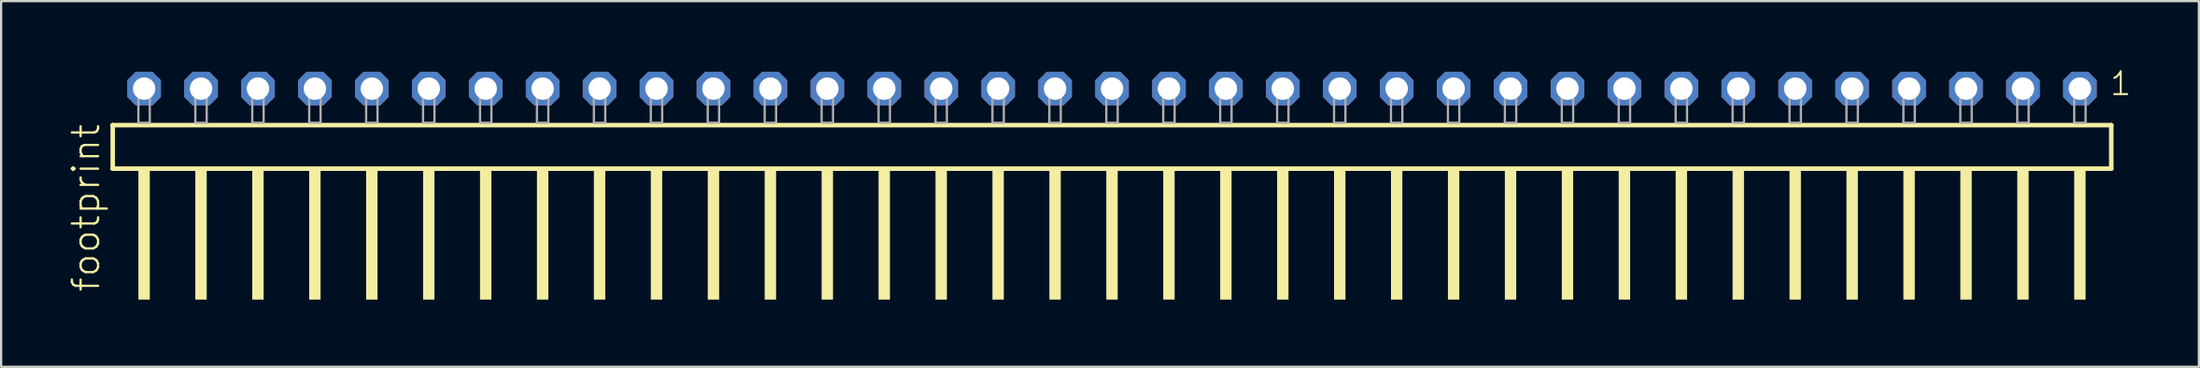
<source format=kicad_pcb>
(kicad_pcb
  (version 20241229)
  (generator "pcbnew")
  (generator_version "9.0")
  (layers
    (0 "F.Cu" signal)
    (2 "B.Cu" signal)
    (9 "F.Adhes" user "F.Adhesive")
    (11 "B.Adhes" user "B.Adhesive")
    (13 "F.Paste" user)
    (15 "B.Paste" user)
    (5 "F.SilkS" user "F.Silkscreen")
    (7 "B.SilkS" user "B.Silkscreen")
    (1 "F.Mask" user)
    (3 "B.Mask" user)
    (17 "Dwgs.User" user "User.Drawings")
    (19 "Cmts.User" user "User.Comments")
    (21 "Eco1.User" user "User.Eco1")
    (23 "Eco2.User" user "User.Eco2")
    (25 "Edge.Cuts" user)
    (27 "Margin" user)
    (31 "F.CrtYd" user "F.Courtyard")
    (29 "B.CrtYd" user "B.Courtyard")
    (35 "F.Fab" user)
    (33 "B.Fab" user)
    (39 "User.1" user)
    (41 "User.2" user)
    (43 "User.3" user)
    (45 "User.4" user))
  (footprint "footprint"
    (layer "F.Cu")
    (at 46.558 2.428)
    (property "Reference" "footprint" (at -45.085 7.62 90) (layer "F.SilkS") (effects (font (size 1.168 1.168) (thickness 0.102)) (justify left bottom)))
    (fp_line (start -44.579 0.106) (end -44.579 2.046) (stroke (width 0.203) (type solid)) (layer "F.SilkS"))
    (fp_line (start -44.579 2.046) (end 44.579 2.046) (stroke (width 0.203) (type solid)) (layer "F.SilkS"))
    (fp_line (start 44.579 0.106) (end -44.579 0.106) (stroke (width 0.203) (type solid)) (layer "F.SilkS"))
    (fp_line (start 44.579 2.046) (end 44.579 0.106) (stroke (width 0.203) (type solid)) (layer "F.SilkS"))
    (fp_poly (pts (xy -43.434 7.89) (xy -42.926 7.89) (xy -42.926 2.04) (xy -43.434 2.04)) (stroke (width 0) (type solid)) (fill yes) (layer "F.SilkS"))
    (fp_poly (pts (xy -40.894 7.89) (xy -40.386 7.89) (xy -40.386 2.04) (xy -40.894 2.04)) (stroke (width 0) (type solid)) (fill yes) (layer "F.SilkS"))
    (fp_poly (pts (xy -38.354 7.89) (xy -37.846 7.89) (xy -37.846 2.04) (xy -38.354 2.04)) (stroke (width 0) (type solid)) (fill yes) (layer "F.SilkS"))
    (fp_poly (pts (xy -35.814 7.89) (xy -35.306 7.89) (xy -35.306 2.04) (xy -35.814 2.04)) (stroke (width 0) (type solid)) (fill yes) (layer "F.SilkS"))
    (fp_poly (pts (xy -33.274 7.89) (xy -32.766 7.89) (xy -32.766 2.04) (xy -33.274 2.04)) (stroke (width 0) (type solid)) (fill yes) (layer "F.SilkS"))
    (fp_poly (pts (xy -30.734 7.89) (xy -30.226 7.89) (xy -30.226 2.04) (xy -30.734 2.04)) (stroke (width 0) (type solid)) (fill yes) (layer "F.SilkS"))
    (fp_poly (pts (xy -28.194 7.89) (xy -27.686 7.89) (xy -27.686 2.04) (xy -28.194 2.04)) (stroke (width 0) (type solid)) (fill yes) (layer "F.SilkS"))
    (fp_poly (pts (xy -25.654 7.89) (xy -25.146 7.89) (xy -25.146 2.04) (xy -25.654 2.04)) (stroke (width 0) (type solid)) (fill yes) (layer "F.SilkS"))
    (fp_poly (pts (xy -23.114 7.89) (xy -22.606 7.89) (xy -22.606 2.04) (xy -23.114 2.04)) (stroke (width 0) (type solid)) (fill yes) (layer "F.SilkS"))
    (fp_poly (pts (xy -20.574 7.89) (xy -20.066 7.89) (xy -20.066 2.04) (xy -20.574 2.04)) (stroke (width 0) (type solid)) (fill yes) (layer "F.SilkS"))
    (fp_poly (pts (xy -18.034 7.89) (xy -17.526 7.89) (xy -17.526 2.04) (xy -18.034 2.04)) (stroke (width 0) (type solid)) (fill yes) (layer "F.SilkS"))
    (fp_poly (pts (xy -15.494 7.89) (xy -14.986 7.89) (xy -14.986 2.04) (xy -15.494 2.04)) (stroke (width 0) (type solid)) (fill yes) (layer "F.SilkS"))
    (fp_poly (pts (xy -12.954 7.89) (xy -12.446 7.89) (xy -12.446 2.04) (xy -12.954 2.04)) (stroke (width 0) (type solid)) (fill yes) (layer "F.SilkS"))
    (fp_poly (pts (xy -10.414 7.89) (xy -9.906 7.89) (xy -9.906 2.04) (xy -10.414 2.04)) (stroke (width 0) (type solid)) (fill yes) (layer "F.SilkS"))
    (fp_poly (pts (xy -7.874 7.89) (xy -7.366 7.89) (xy -7.366 2.04) (xy -7.874 2.04)) (stroke (width 0) (type solid)) (fill yes) (layer "F.SilkS"))
    (fp_poly (pts (xy -5.334 7.89) (xy -4.826 7.89) (xy -4.826 2.04) (xy -5.334 2.04)) (stroke (width 0) (type solid)) (fill yes) (layer "F.SilkS"))
    (fp_poly (pts (xy -2.794 7.89) (xy -2.286 7.89) (xy -2.286 2.04) (xy -2.794 2.04)) (stroke (width 0) (type solid)) (fill yes) (layer "F.SilkS"))
    (fp_poly (pts (xy -0.254 7.89) (xy 0.254 7.89) (xy 0.254 2.04) (xy -0.254 2.04)) (stroke (width 0) (type solid)) (fill yes) (layer "F.SilkS"))
    (fp_poly (pts (xy 2.286 7.89) (xy 2.794 7.89) (xy 2.794 2.04) (xy 2.286 2.04)) (stroke (width 0) (type solid)) (fill yes) (layer "F.SilkS"))
    (fp_poly (pts (xy 4.826 7.89) (xy 5.334 7.89) (xy 5.334 2.04) (xy 4.826 2.04)) (stroke (width 0) (type solid)) (fill yes) (layer "F.SilkS"))
    (fp_poly (pts (xy 7.366 7.89) (xy 7.874 7.89) (xy 7.874 2.04) (xy 7.366 2.04)) (stroke (width 0) (type solid)) (fill yes) (layer "F.SilkS"))
    (fp_poly (pts (xy 9.906 7.89) (xy 10.414 7.89) (xy 10.414 2.04) (xy 9.906 2.04)) (stroke (width 0) (type solid)) (fill yes) (layer "F.SilkS"))
    (fp_poly (pts (xy 12.446 7.89) (xy 12.954 7.89) (xy 12.954 2.04) (xy 12.446 2.04)) (stroke (width 0) (type solid)) (fill yes) (layer "F.SilkS"))
    (fp_poly (pts (xy 14.986 7.89) (xy 15.494 7.89) (xy 15.494 2.04) (xy 14.986 2.04)) (stroke (width 0) (type solid)) (fill yes) (layer "F.SilkS"))
    (fp_poly (pts (xy 17.526 7.89) (xy 18.034 7.89) (xy 18.034 2.04) (xy 17.526 2.04)) (stroke (width 0) (type solid)) (fill yes) (layer "F.SilkS"))
    (fp_poly (pts (xy 20.066 7.89) (xy 20.574 7.89) (xy 20.574 2.04) (xy 20.066 2.04)) (stroke (width 0) (type solid)) (fill yes) (layer "F.SilkS"))
    (fp_poly (pts (xy 22.606 7.89) (xy 23.114 7.89) (xy 23.114 2.04) (xy 22.606 2.04)) (stroke (width 0) (type solid)) (fill yes) (layer "F.SilkS"))
    (fp_poly (pts (xy 25.146 7.89) (xy 25.654 7.89) (xy 25.654 2.04) (xy 25.146 2.04)) (stroke (width 0) (type solid)) (fill yes) (layer "F.SilkS"))
    (fp_poly (pts (xy 27.686 7.89) (xy 28.194 7.89) (xy 28.194 2.04) (xy 27.686 2.04)) (stroke (width 0) (type solid)) (fill yes) (layer "F.SilkS"))
    (fp_poly (pts (xy 30.226 7.89) (xy 30.734 7.89) (xy 30.734 2.04) (xy 30.226 2.04)) (stroke (width 0) (type solid)) (fill yes) (layer "F.SilkS"))
    (fp_poly (pts (xy 32.766 7.89) (xy 33.274 7.89) (xy 33.274 2.04) (xy 32.766 2.04)) (stroke (width 0) (type solid)) (fill yes) (layer "F.SilkS"))
    (fp_poly (pts (xy 35.306 7.89) (xy 35.814 7.89) (xy 35.814 2.04) (xy 35.306 2.04)) (stroke (width 0) (type solid)) (fill yes) (layer "F.SilkS"))
    (fp_poly (pts (xy 37.846 7.89) (xy 38.354 7.89) (xy 38.354 2.04) (xy 37.846 2.04)) (stroke (width 0) (type solid)) (fill yes) (layer "F.SilkS"))
    (fp_poly (pts (xy 40.386 7.89) (xy 40.894 7.89) (xy 40.894 2.04) (xy 40.386 2.04)) (stroke (width 0) (type solid)) (fill yes) (layer "F.SilkS"))
    (fp_poly (pts (xy 42.926 7.89) (xy 43.434 7.89) (xy 43.434 2.04) (xy 42.926 2.04)) (stroke (width 0) (type solid)) (fill yes) (layer "F.SilkS"))
    (fp_poly (pts (xy -43.434 0) (xy -42.926 0) (xy -42.926 -1.778) (xy -43.434 -1.778)) (stroke (width 0.1) (type solid)) (fill no) (layer "F.Fab"))
    (fp_poly (pts (xy -40.894 0) (xy -40.386 0) (xy -40.386 -1.778) (xy -40.894 -1.778)) (stroke (width 0.1) (type solid)) (fill no) (layer "F.Fab"))
    (fp_poly (pts (xy -38.354 0) (xy -37.846 0) (xy -37.846 -1.778) (xy -38.354 -1.778)) (stroke (width 0.1) (type solid)) (fill no) (layer "F.Fab"))
    (fp_poly (pts (xy -35.814 0) (xy -35.306 0) (xy -35.306 -1.778) (xy -35.814 -1.778)) (stroke (width 0.1) (type solid)) (fill no) (layer "F.Fab"))
    (fp_poly (pts (xy -33.274 0) (xy -32.766 0) (xy -32.766 -1.778) (xy -33.274 -1.778)) (stroke (width 0.1) (type solid)) (fill no) (layer "F.Fab"))
    (fp_poly (pts (xy -30.734 0) (xy -30.226 0) (xy -30.226 -1.778) (xy -30.734 -1.778)) (stroke (width 0.1) (type solid)) (fill no) (layer "F.Fab"))
    (fp_poly (pts (xy -28.194 0) (xy -27.686 0) (xy -27.686 -1.778) (xy -28.194 -1.778)) (stroke (width 0.1) (type solid)) (fill no) (layer "F.Fab"))
    (fp_poly (pts (xy -25.654 0) (xy -25.146 0) (xy -25.146 -1.778) (xy -25.654 -1.778)) (stroke (width 0.1) (type solid)) (fill no) (layer "F.Fab"))
    (fp_poly (pts (xy -23.114 0) (xy -22.606 0) (xy -22.606 -1.778) (xy -23.114 -1.778)) (stroke (width 0.1) (type solid)) (fill no) (layer "F.Fab"))
    (fp_poly (pts (xy -20.574 0) (xy -20.066 0) (xy -20.066 -1.778) (xy -20.574 -1.778)) (stroke (width 0.1) (type solid)) (fill no) (layer "F.Fab"))
    (fp_poly (pts (xy -18.034 0) (xy -17.526 0) (xy -17.526 -1.778) (xy -18.034 -1.778)) (stroke (width 0.1) (type solid)) (fill no) (layer "F.Fab"))
    (fp_poly (pts (xy -15.494 0) (xy -14.986 0) (xy -14.986 -1.778) (xy -15.494 -1.778)) (stroke (width 0.1) (type solid)) (fill no) (layer "F.Fab"))
    (fp_poly (pts (xy -12.954 0) (xy -12.446 0) (xy -12.446 -1.778) (xy -12.954 -1.778)) (stroke (width 0.1) (type solid)) (fill no) (layer "F.Fab"))
    (fp_poly (pts (xy -10.414 0) (xy -9.906 0) (xy -9.906 -1.778) (xy -10.414 -1.778)) (stroke (width 0.1) (type solid)) (fill no) (layer "F.Fab"))
    (fp_poly (pts (xy -7.874 0) (xy -7.366 0) (xy -7.366 -1.778) (xy -7.874 -1.778)) (stroke (width 0.1) (type solid)) (fill no) (layer "F.Fab"))
    (fp_poly (pts (xy -5.334 0) (xy -4.826 0) (xy -4.826 -1.778) (xy -5.334 -1.778)) (stroke (width 0.1) (type solid)) (fill no) (layer "F.Fab"))
    (fp_poly (pts (xy -2.794 0) (xy -2.286 0) (xy -2.286 -1.778) (xy -2.794 -1.778)) (stroke (width 0.1) (type solid)) (fill no) (layer "F.Fab"))
    (fp_poly (pts (xy -0.254 0) (xy 0.254 0) (xy 0.254 -1.778) (xy -0.254 -1.778)) (stroke (width 0.1) (type solid)) (fill no) (layer "F.Fab"))
    (fp_poly (pts (xy 2.286 0) (xy 2.794 0) (xy 2.794 -1.778) (xy 2.286 -1.778)) (stroke (width 0.1) (type solid)) (fill no) (layer "F.Fab"))
    (fp_poly (pts (xy 4.826 0) (xy 5.334 0) (xy 5.334 -1.778) (xy 4.826 -1.778)) (stroke (width 0.1) (type solid)) (fill no) (layer "F.Fab"))
    (fp_poly (pts (xy 7.366 0) (xy 7.874 0) (xy 7.874 -1.778) (xy 7.366 -1.778)) (stroke (width 0.1) (type solid)) (fill no) (layer "F.Fab"))
    (fp_poly (pts (xy 9.906 0) (xy 10.414 0) (xy 10.414 -1.778) (xy 9.906 -1.778)) (stroke (width 0.1) (type solid)) (fill no) (layer "F.Fab"))
    (fp_poly (pts (xy 12.446 0) (xy 12.954 0) (xy 12.954 -1.778) (xy 12.446 -1.778)) (stroke (width 0.1) (type solid)) (fill no) (layer "F.Fab"))
    (fp_poly (pts (xy 14.986 0) (xy 15.494 0) (xy 15.494 -1.778) (xy 14.986 -1.778)) (stroke (width 0.1) (type solid)) (fill no) (layer "F.Fab"))
    (fp_poly (pts (xy 17.526 0) (xy 18.034 0) (xy 18.034 -1.778) (xy 17.526 -1.778)) (stroke (width 0.1) (type solid)) (fill no) (layer "F.Fab"))
    (fp_poly (pts (xy 20.066 0) (xy 20.574 0) (xy 20.574 -1.778) (xy 20.066 -1.778)) (stroke (width 0.1) (type solid)) (fill no) (layer "F.Fab"))
    (fp_poly (pts (xy 22.606 0) (xy 23.114 0) (xy 23.114 -1.778) (xy 22.606 -1.778)) (stroke (width 0.1) (type solid)) (fill no) (layer "F.Fab"))
    (fp_poly (pts (xy 25.146 0) (xy 25.654 0) (xy 25.654 -1.778) (xy 25.146 -1.778)) (stroke (width 0.1) (type solid)) (fill no) (layer "F.Fab"))
    (fp_poly (pts (xy 27.686 0) (xy 28.194 0) (xy 28.194 -1.778) (xy 27.686 -1.778)) (stroke (width 0.1) (type solid)) (fill no) (layer "F.Fab"))
    (fp_poly (pts (xy 30.226 0) (xy 30.734 0) (xy 30.734 -1.778) (xy 30.226 -1.778)) (stroke (width 0.1) (type solid)) (fill no) (layer "F.Fab"))
    (fp_poly (pts (xy 32.766 0) (xy 33.274 0) (xy 33.274 -1.778) (xy 32.766 -1.778)) (stroke (width 0.1) (type solid)) (fill no) (layer "F.Fab"))
    (fp_poly (pts (xy 35.306 0) (xy 35.814 0) (xy 35.814 -1.778) (xy 35.306 -1.778)) (stroke (width 0.1) (type solid)) (fill no) (layer "F.Fab"))
    (fp_poly (pts (xy 37.846 0) (xy 38.354 0) (xy 38.354 -1.778) (xy 37.846 -1.778)) (stroke (width 0.1) (type solid)) (fill no) (layer "F.Fab"))
    (fp_poly (pts (xy 40.386 0) (xy 40.894 0) (xy 40.894 -1.778) (xy 40.386 -1.778)) (stroke (width 0.1) (type solid)) (fill no) (layer "F.Fab"))
    (fp_poly (pts (xy 42.926 0) (xy 43.434 0) (xy 43.434 -1.778) (xy 42.926 -1.778)) (stroke (width 0.1) (type solid)) (fill no) (layer "F.Fab"))
    (fp_text user "1" (at 44.462 -1.152 0) (layer "F.SilkS") (effects (font (size 1.012 1.012) (thickness 0.088)) (justify left bottom)))
    (pad "1" thru_hole roundrect (at 43.18 -1.524 180) (size 1.5 1.5) (drill 1) (layers "*.Cu" "*.Mask") (roundrect_rratio 0.25) (chamfer_ratio 0.25) (chamfer top_left top_right bottom_left bottom_right))
    (pad "2" thru_hole roundrect (at 40.64 -1.524 180) (size 1.5 1.5) (drill 1) (layers "*.Cu" "*.Mask") (roundrect_rratio 0.25) (chamfer_ratio 0.25) (chamfer top_left top_right bottom_left bottom_right))
    (pad "3" thru_hole roundrect (at 38.1 -1.524 180) (size 1.5 1.5) (drill 1) (layers "*.Cu" "*.Mask") (roundrect_rratio 0.25) (chamfer_ratio 0.25) (chamfer top_left top_right bottom_left bottom_right))
    (pad "4" thru_hole roundrect (at 35.56 -1.524 180) (size 1.5 1.5) (drill 1) (layers "*.Cu" "*.Mask") (roundrect_rratio 0.25) (chamfer_ratio 0.25) (chamfer top_left top_right bottom_left bottom_right))
    (pad "5" thru_hole roundrect (at 33.02 -1.524 180) (size 1.5 1.5) (drill 1) (layers "*.Cu" "*.Mask") (roundrect_rratio 0.25) (chamfer_ratio 0.25) (chamfer top_left top_right bottom_left bottom_right))
    (pad "6" thru_hole roundrect (at 30.48 -1.524 180) (size 1.5 1.5) (drill 1) (layers "*.Cu" "*.Mask") (roundrect_rratio 0.25) (chamfer_ratio 0.25) (chamfer top_left top_right bottom_left bottom_right))
    (pad "7" thru_hole roundrect (at 27.94 -1.524 180) (size 1.5 1.5) (drill 1) (layers "*.Cu" "*.Mask") (roundrect_rratio 0.25) (chamfer_ratio 0.25) (chamfer top_left top_right bottom_left bottom_right))
    (pad "8" thru_hole roundrect (at 25.4 -1.524 180) (size 1.5 1.5) (drill 1) (layers "*.Cu" "*.Mask") (roundrect_rratio 0.25) (chamfer_ratio 0.25) (chamfer top_left top_right bottom_left bottom_right))
    (pad "9" thru_hole roundrect (at 22.86 -1.524 180) (size 1.5 1.5) (drill 1) (layers "*.Cu" "*.Mask") (roundrect_rratio 0.25) (chamfer_ratio 0.25) (chamfer top_left top_right bottom_left bottom_right))
    (pad "10" thru_hole roundrect (at 20.32 -1.524 180) (size 1.5 1.5) (drill 1) (layers "*.Cu" "*.Mask") (roundrect_rratio 0.25) (chamfer_ratio 0.25) (chamfer top_left top_right bottom_left bottom_right))
    (pad "11" thru_hole roundrect (at 17.78 -1.524 180) (size 1.5 1.5) (drill 1) (layers "*.Cu" "*.Mask") (roundrect_rratio 0.25) (chamfer_ratio 0.25) (chamfer top_left top_right bottom_left bottom_right))
    (pad "12" thru_hole roundrect (at 15.24 -1.524 180) (size 1.5 1.5) (drill 1) (layers "*.Cu" "*.Mask") (roundrect_rratio 0.25) (chamfer_ratio 0.25) (chamfer top_left top_right bottom_left bottom_right))
    (pad "13" thru_hole roundrect (at 12.7 -1.524 180) (size 1.5 1.5) (drill 1) (layers "*.Cu" "*.Mask") (roundrect_rratio 0.25) (chamfer_ratio 0.25) (chamfer top_left top_right bottom_left bottom_right))
    (pad "14" thru_hole roundrect (at 10.16 -1.524 180) (size 1.5 1.5) (drill 1) (layers "*.Cu" "*.Mask") (roundrect_rratio 0.25) (chamfer_ratio 0.25) (chamfer top_left top_right bottom_left bottom_right))
    (pad "15" thru_hole roundrect (at 7.62 -1.524 180) (size 1.5 1.5) (drill 1) (layers "*.Cu" "*.Mask") (roundrect_rratio 0.25) (chamfer_ratio 0.25) (chamfer top_left top_right bottom_left bottom_right))
    (pad "16" thru_hole roundrect (at 5.08 -1.524 180) (size 1.5 1.5) (drill 1) (layers "*.Cu" "*.Mask") (roundrect_rratio 0.25) (chamfer_ratio 0.25) (chamfer top_left top_right bottom_left bottom_right))
    (pad "17" thru_hole roundrect (at 2.54 -1.524 180) (size 1.5 1.5) (drill 1) (layers "*.Cu" "*.Mask") (roundrect_rratio 0.25) (chamfer_ratio 0.25) (chamfer top_left top_right bottom_left bottom_right))
    (pad "18" thru_hole roundrect (at 0 -1.524 180) (size 1.5 1.5) (drill 1) (layers "*.Cu" "*.Mask") (roundrect_rratio 0.25) (chamfer_ratio 0.25) (chamfer top_left top_right bottom_left bottom_right))
    (pad "19" thru_hole roundrect (at -2.54 -1.524 180) (size 1.5 1.5) (drill 1) (layers "*.Cu" "*.Mask") (roundrect_rratio 0.25) (chamfer_ratio 0.25) (chamfer top_left top_right bottom_left bottom_right))
    (pad "20" thru_hole roundrect (at -5.08 -1.524 180) (size 1.5 1.5) (drill 1) (layers "*.Cu" "*.Mask") (roundrect_rratio 0.25) (chamfer_ratio 0.25) (chamfer top_left top_right bottom_left bottom_right))
    (pad "21" thru_hole roundrect (at -7.62 -1.524 180) (size 1.5 1.5) (drill 1) (layers "*.Cu" "*.Mask") (roundrect_rratio 0.25) (chamfer_ratio 0.25) (chamfer top_left top_right bottom_left bottom_right))
    (pad "22" thru_hole roundrect (at -10.16 -1.524 180) (size 1.5 1.5) (drill 1) (layers "*.Cu" "*.Mask") (roundrect_rratio 0.25) (chamfer_ratio 0.25) (chamfer top_left top_right bottom_left bottom_right))
    (pad "23" thru_hole roundrect (at -12.7 -1.524 180) (size 1.5 1.5) (drill 1) (layers "*.Cu" "*.Mask") (roundrect_rratio 0.25) (chamfer_ratio 0.25) (chamfer top_left top_right bottom_left bottom_right))
    (pad "24" thru_hole roundrect (at -15.24 -1.524 180) (size 1.5 1.5) (drill 1) (layers "*.Cu" "*.Mask") (roundrect_rratio 0.25) (chamfer_ratio 0.25) (chamfer top_left top_right bottom_left bottom_right))
    (pad "25" thru_hole roundrect (at -17.78 -1.524 180) (size 1.5 1.5) (drill 1) (layers "*.Cu" "*.Mask") (roundrect_rratio 0.25) (chamfer_ratio 0.25) (chamfer top_left top_right bottom_left bottom_right))
    (pad "26" thru_hole roundrect (at -20.32 -1.524 180) (size 1.5 1.5) (drill 1) (layers "*.Cu" "*.Mask") (roundrect_rratio 0.25) (chamfer_ratio 0.25) (chamfer top_left top_right bottom_left bottom_right))
    (pad "27" thru_hole roundrect (at -22.86 -1.524 180) (size 1.5 1.5) (drill 1) (layers "*.Cu" "*.Mask") (roundrect_rratio 0.25) (chamfer_ratio 0.25) (chamfer top_left top_right bottom_left bottom_right))
    (pad "28" thru_hole roundrect (at -25.4 -1.524 180) (size 1.5 1.5) (drill 1) (layers "*.Cu" "*.Mask") (roundrect_rratio 0.25) (chamfer_ratio 0.25) (chamfer top_left top_right bottom_left bottom_right))
    (pad "29" thru_hole roundrect (at -27.94 -1.524 180) (size 1.5 1.5) (drill 1) (layers "*.Cu" "*.Mask") (roundrect_rratio 0.25) (chamfer_ratio 0.25) (chamfer top_left top_right bottom_left bottom_right))
    (pad "30" thru_hole roundrect (at -30.48 -1.524 180) (size 1.5 1.5) (drill 1) (layers "*.Cu" "*.Mask") (roundrect_rratio 0.25) (chamfer_ratio 0.25) (chamfer top_left top_right bottom_left bottom_right))
    (pad "31" thru_hole roundrect (at -33.02 -1.524 180) (size 1.5 1.5) (drill 1) (layers "*.Cu" "*.Mask") (roundrect_rratio 0.25) (chamfer_ratio 0.25) (chamfer top_left top_right bottom_left bottom_right))
    (pad "32" thru_hole roundrect (at -35.56 -1.524 180) (size 1.5 1.5) (drill 1) (layers "*.Cu" "*.Mask") (roundrect_rratio 0.25) (chamfer_ratio 0.25) (chamfer top_left top_right bottom_left bottom_right))
    (pad "33" thru_hole roundrect (at -38.1 -1.524 180) (size 1.5 1.5) (drill 1) (layers "*.Cu" "*.Mask") (roundrect_rratio 0.25) (chamfer_ratio 0.25) (chamfer top_left top_right bottom_left bottom_right))
    (pad "34" thru_hole roundrect (at -40.64 -1.524 180) (size 1.5 1.5) (drill 1) (layers "*.Cu" "*.Mask") (roundrect_rratio 0.25) (chamfer_ratio 0.25) (chamfer top_left top_right bottom_left bottom_right))
    (pad "35" thru_hole roundrect (at -43.18 -1.524 180) (size 1.5 1.5) (drill 1) (layers "*.Cu" "*.Mask") (roundrect_rratio 0.25) (chamfer_ratio 0.25) (chamfer top_left top_right bottom_left bottom_right)))
  (gr_rect
    (start -3 -3)
    (end 95.046 13.318)
    (stroke (width 0.1) (type default))
    (fill no)
    (layer "Edge.Cuts")))
</source>
